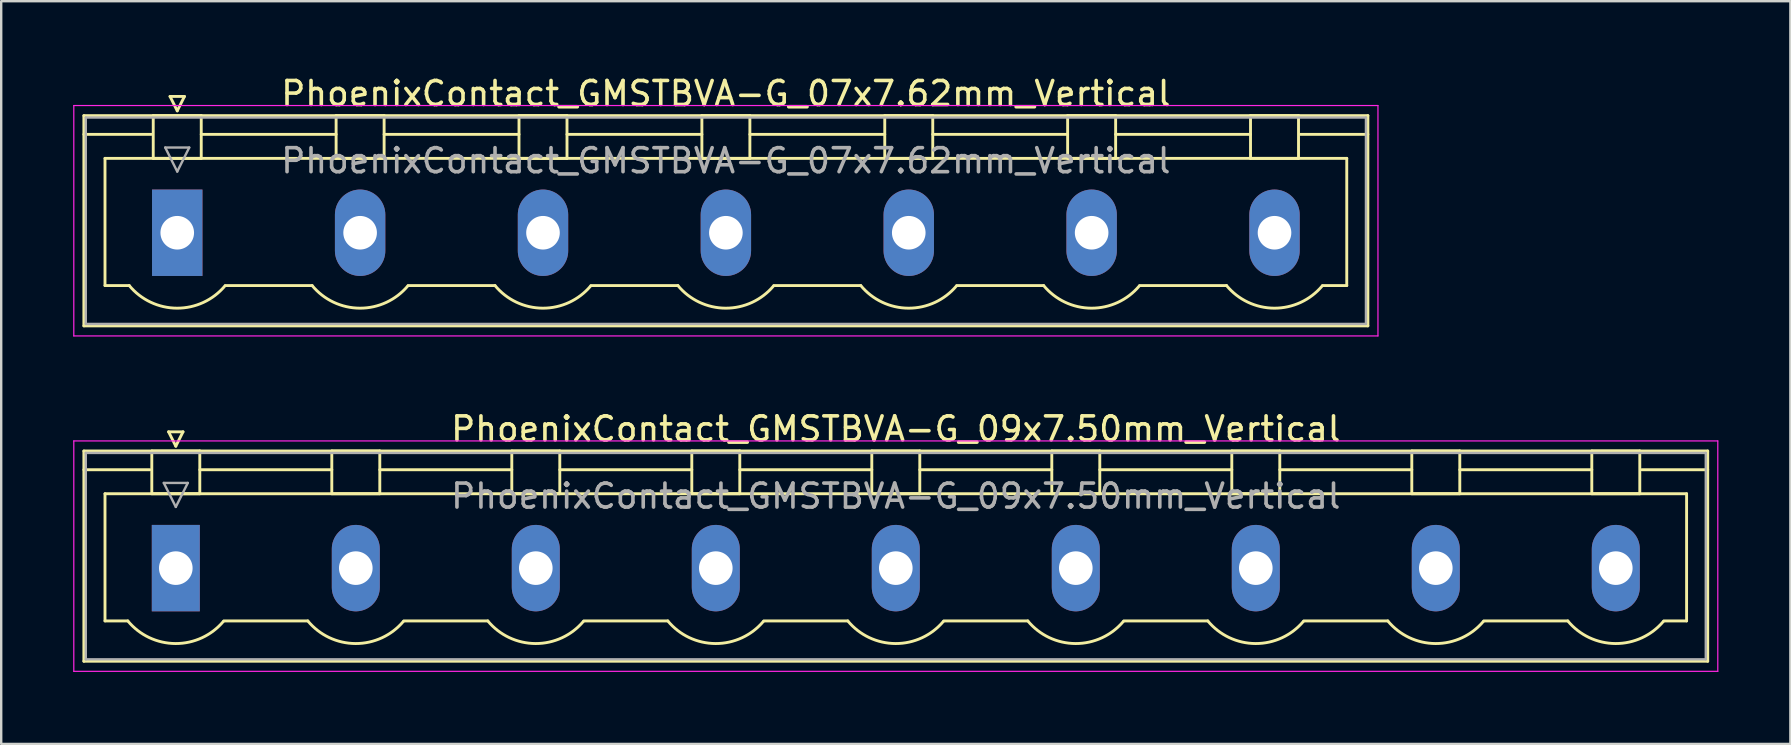
<source format=kicad_pcb>
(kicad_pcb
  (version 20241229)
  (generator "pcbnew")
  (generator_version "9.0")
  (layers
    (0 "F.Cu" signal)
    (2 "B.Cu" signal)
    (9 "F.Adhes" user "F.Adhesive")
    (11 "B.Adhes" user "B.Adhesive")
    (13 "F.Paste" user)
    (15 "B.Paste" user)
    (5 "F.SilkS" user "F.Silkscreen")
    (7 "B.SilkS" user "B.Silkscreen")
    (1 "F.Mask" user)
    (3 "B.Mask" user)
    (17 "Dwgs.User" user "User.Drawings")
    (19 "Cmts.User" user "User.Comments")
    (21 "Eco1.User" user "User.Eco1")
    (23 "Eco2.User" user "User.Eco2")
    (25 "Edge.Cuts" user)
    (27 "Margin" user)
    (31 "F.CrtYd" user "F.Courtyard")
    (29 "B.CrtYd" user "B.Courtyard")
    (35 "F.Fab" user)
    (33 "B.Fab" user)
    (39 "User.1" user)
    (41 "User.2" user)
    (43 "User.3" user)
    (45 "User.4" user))
  (footprint "PhoenixContact_GMSTBVA-G_07x7.62mm_Vertical"
    (layer "F.Cu")
    (at 4.335 6.648)
    (property "Reference" "PhoenixContact_GMSTBVA-G_07x7.62mm_Vertical" (at 22.86 -5.8 0) (layer "F.SilkS") (effects (font (size 1 1) (thickness 0.15))))
    (attr through_hole)
    (fp_line (start -3.89 -4.88) (end -3.89 3.88) (stroke (width 0.12) (type solid)) (layer "F.SilkS"))
    (fp_line (start -3.89 -4.1) (end -1.08 -4.1) (stroke (width 0.12) (type solid)) (layer "F.SilkS"))
    (fp_line (start -3.89 3.88) (end 49.61 3.88) (stroke (width 0.12) (type solid)) (layer "F.SilkS"))
    (fp_line (start -3.01 -3.1) (end 48.73 -3.1) (stroke (width 0.12) (type solid)) (layer "F.SilkS"))
    (fp_line (start -3.01 2.2) (end -3.01 -3.1) (stroke (width 0.12) (type solid)) (layer "F.SilkS"))
    (fp_line (start -2 2.2) (end -3.01 2.2) (stroke (width 0.12) (type solid)) (layer "F.SilkS"))
    (fp_line (start -1 -4.88) (end 1 -4.88) (stroke (width 0.12) (type solid)) (layer "F.SilkS"))
    (fp_line (start -1 -3.1) (end -1 -4.88) (stroke (width 0.12) (type solid)) (layer "F.SilkS"))
    (fp_line (start -0.3 -5.68) (end 0.3 -5.68) (stroke (width 0.12) (type solid)) (layer "F.SilkS"))
    (fp_line (start 0 -5.08) (end -0.3 -5.68) (stroke (width 0.12) (type solid)) (layer "F.SilkS"))
    (fp_line (start 0.3 -5.68) (end 0 -5.08) (stroke (width 0.12) (type solid)) (layer "F.SilkS"))
    (fp_line (start 1 -4.88) (end 1 -3.1) (stroke (width 0.12) (type solid)) (layer "F.SilkS"))
    (fp_line (start 1 -4.1) (end 6.62 -4.1) (stroke (width 0.12) (type solid)) (layer "F.SilkS"))
    (fp_line (start 1 -3.1) (end -1 -3.1) (stroke (width 0.12) (type solid)) (layer "F.SilkS"))
    (fp_line (start 2 2.2) (end 5.62 2.2) (stroke (width 0.12) (type solid)) (layer "F.SilkS"))
    (fp_line (start 6.62 -4.88) (end 8.62 -4.88) (stroke (width 0.12) (type solid)) (layer "F.SilkS"))
    (fp_line (start 6.62 -3.1) (end 6.62 -4.88) (stroke (width 0.12) (type solid)) (layer "F.SilkS"))
    (fp_line (start 8.62 -4.88) (end 8.62 -3.1) (stroke (width 0.12) (type solid)) (layer "F.SilkS"))
    (fp_line (start 8.62 -4.1) (end 14.24 -4.1) (stroke (width 0.12) (type solid)) (layer "F.SilkS"))
    (fp_line (start 8.62 -3.1) (end 6.62 -3.1) (stroke (width 0.12) (type solid)) (layer "F.SilkS"))
    (fp_line (start 9.62 2.2) (end 13.24 2.2) (stroke (width 0.12) (type solid)) (layer "F.SilkS"))
    (fp_line (start 14.24 -4.88) (end 16.24 -4.88) (stroke (width 0.12) (type solid)) (layer "F.SilkS"))
    (fp_line (start 14.24 -3.1) (end 14.24 -4.88) (stroke (width 0.12) (type solid)) (layer "F.SilkS"))
    (fp_line (start 16.24 -4.88) (end 16.24 -3.1) (stroke (width 0.12) (type solid)) (layer "F.SilkS"))
    (fp_line (start 16.24 -4.1) (end 21.86 -4.1) (stroke (width 0.12) (type solid)) (layer "F.SilkS"))
    (fp_line (start 16.24 -3.1) (end 14.24 -3.1) (stroke (width 0.12) (type solid)) (layer "F.SilkS"))
    (fp_line (start 17.24 2.2) (end 20.86 2.2) (stroke (width 0.12) (type solid)) (layer "F.SilkS"))
    (fp_line (start 21.86 -4.88) (end 23.86 -4.88) (stroke (width 0.12) (type solid)) (layer "F.SilkS"))
    (fp_line (start 21.86 -3.1) (end 21.86 -4.88) (stroke (width 0.12) (type solid)) (layer "F.SilkS"))
    (fp_line (start 23.86 -4.88) (end 23.86 -3.1) (stroke (width 0.12) (type solid)) (layer "F.SilkS"))
    (fp_line (start 23.86 -4.1) (end 29.48 -4.1) (stroke (width 0.12) (type solid)) (layer "F.SilkS"))
    (fp_line (start 23.86 -3.1) (end 21.86 -3.1) (stroke (width 0.12) (type solid)) (layer "F.SilkS"))
    (fp_line (start 24.86 2.2) (end 28.48 2.2) (stroke (width 0.12) (type solid)) (layer "F.SilkS"))
    (fp_line (start 29.48 -4.88) (end 31.48 -4.88) (stroke (width 0.12) (type solid)) (layer "F.SilkS"))
    (fp_line (start 29.48 -3.1) (end 29.48 -4.88) (stroke (width 0.12) (type solid)) (layer "F.SilkS"))
    (fp_line (start 31.48 -4.88) (end 31.48 -3.1) (stroke (width 0.12) (type solid)) (layer "F.SilkS"))
    (fp_line (start 31.48 -4.1) (end 37.1 -4.1) (stroke (width 0.12) (type solid)) (layer "F.SilkS"))
    (fp_line (start 31.48 -3.1) (end 29.48 -3.1) (stroke (width 0.12) (type solid)) (layer "F.SilkS"))
    (fp_line (start 32.48 2.2) (end 36.1 2.2) (stroke (width 0.12) (type solid)) (layer "F.SilkS"))
    (fp_line (start 37.1 -4.88) (end 39.1 -4.88) (stroke (width 0.12) (type solid)) (layer "F.SilkS"))
    (fp_line (start 37.1 -3.1) (end 37.1 -4.88) (stroke (width 0.12) (type solid)) (layer "F.SilkS"))
    (fp_line (start 39.1 -4.88) (end 39.1 -3.1) (stroke (width 0.12) (type solid)) (layer "F.SilkS"))
    (fp_line (start 39.1 -4.1) (end 44.72 -4.1) (stroke (width 0.12) (type solid)) (layer "F.SilkS"))
    (fp_line (start 39.1 -3.1) (end 37.1 -3.1) (stroke (width 0.12) (type solid)) (layer "F.SilkS"))
    (fp_line (start 40.1 2.2) (end 43.72 2.2) (stroke (width 0.12) (type solid)) (layer "F.SilkS"))
    (fp_line (start 44.72 -4.88) (end 46.72 -4.88) (stroke (width 0.12) (type solid)) (layer "F.SilkS"))
    (fp_line (start 44.72 -3.1) (end 44.72 -4.88) (stroke (width 0.12) (type solid)) (layer "F.SilkS"))
    (fp_line (start 46.72 -4.88) (end 46.72 -3.1) (stroke (width 0.12) (type solid)) (layer "F.SilkS"))
    (fp_line (start 46.72 -3.1) (end 44.72 -3.1) (stroke (width 0.12) (type solid)) (layer "F.SilkS"))
    (fp_line (start 48.73 -3.1) (end 48.73 2.2) (stroke (width 0.12) (type solid)) (layer "F.SilkS"))
    (fp_line (start 48.73 2.2) (end 47.72 2.2) (stroke (width 0.12) (type solid)) (layer "F.SilkS"))
    (fp_line (start 49.61 -4.88) (end -3.89 -4.88) (stroke (width 0.12) (type solid)) (layer "F.SilkS"))
    (fp_line (start 49.61 -4.1) (end 46.8 -4.1) (stroke (width 0.12) (type solid)) (layer "F.SilkS"))
    (fp_line (start 49.61 3.88) (end 49.61 -4.88) (stroke (width 0.12) (type solid)) (layer "F.SilkS"))
    (fp_arc (start 1.986842 2.215821) (mid -0.010289 3.142758) (end -2 2.2) (stroke (width 0.12) (type solid)) (layer "F.SilkS"))
    (fp_arc (start 9.606842 2.215821) (mid 7.609711 3.142758) (end 5.62 2.2) (stroke (width 0.12) (type solid)) (layer "F.SilkS"))
    (fp_arc (start 17.226842 2.215821) (mid 15.229711 3.142758) (end 13.24 2.2) (stroke (width 0.12) (type solid)) (layer "F.SilkS"))
    (fp_arc (start 24.846842 2.215821) (mid 22.849711 3.142758) (end 20.86 2.2) (stroke (width 0.12) (type solid)) (layer "F.SilkS"))
    (fp_arc (start 32.466842 2.215821) (mid 30.469711 3.142758) (end 28.48 2.2) (stroke (width 0.12) (type solid)) (layer "F.SilkS"))
    (fp_arc (start 40.086842 2.215821) (mid 38.089711 3.142758) (end 36.1 2.2) (stroke (width 0.12) (type solid)) (layer "F.SilkS"))
    (fp_arc (start 47.706842 2.215821) (mid 45.709711 3.142758) (end 43.72 2.2) (stroke (width 0.12) (type solid)) (layer "F.SilkS"))
    (fp_line (start -4.31 -5.3) (end -4.31 4.3) (stroke (width 0.05) (type solid)) (layer "F.CrtYd"))
    (fp_line (start -4.31 4.3) (end 50.03 4.3) (stroke (width 0.05) (type solid)) (layer "F.CrtYd"))
    (fp_line (start 50.03 -5.3) (end -4.31 -5.3) (stroke (width 0.05) (type solid)) (layer "F.CrtYd"))
    (fp_line (start 50.03 4.3) (end 50.03 -5.3) (stroke (width 0.05) (type solid)) (layer "F.CrtYd"))
    (fp_line (start -3.81 -4.8) (end -3.81 3.8) (stroke (width 0.1) (type solid)) (layer "F.Fab"))
    (fp_line (start -3.81 3.8) (end 49.53 3.8) (stroke (width 0.1) (type solid)) (layer "F.Fab"))
    (fp_line (start -0.5 -3.55) (end 0.5 -3.55) (stroke (width 0.1) (type solid)) (layer "F.Fab"))
    (fp_line (start 0 -2.55) (end -0.5 -3.55) (stroke (width 0.1) (type solid)) (layer "F.Fab"))
    (fp_line (start 0.5 -3.55) (end 0 -2.55) (stroke (width 0.1) (type solid)) (layer "F.Fab"))
    (fp_line (start 49.53 -4.8) (end -3.81 -4.8) (stroke (width 0.1) (type solid)) (layer "F.Fab"))
    (fp_line (start 49.53 3.8) (end 49.53 -4.8) (stroke (width 0.1) (type solid)) (layer "F.Fab"))
    (fp_text user "${REFERENCE}" (at 22.86 -3 0) (layer "F.Fab") (effects (font (size 1 1) (thickness 0.15))))
    (pad "1" thru_hole rect (at 0 0) (size 2.1 3.6) (drill 1.4) (layers "*.Cu" "*.Mask"))
    (pad "2" thru_hole oval (at 7.62 0) (size 2.1 3.6) (drill 1.4) (layers "*.Cu" "*.Mask"))
    (pad "3" thru_hole oval (at 15.24 0) (size 2.1 3.6) (drill 1.4) (layers "*.Cu" "*.Mask"))
    (pad "4" thru_hole oval (at 22.86 0) (size 2.1 3.6) (drill 1.4) (layers "*.Cu" "*.Mask"))
    (pad "5" thru_hole oval (at 30.48 0) (size 2.1 3.6) (drill 1.4) (layers "*.Cu" "*.Mask"))
    (pad "6" thru_hole oval (at 38.1 0) (size 2.1 3.6) (drill 1.4) (layers "*.Cu" "*.Mask"))
    (pad "7" thru_hole oval (at 45.72 0) (size 2.1 3.6) (drill 1.4) (layers "*.Cu" "*.Mask")))
  (footprint "PhoenixContact_GMSTBVA-G_09x7.50mm_Vertical"
    (layer "F.Cu")
    (at 4.275 20.622)
    (property "Reference" "PhoenixContact_GMSTBVA-G_09x7.50mm_Vertical" (at 30 -5.8 0) (layer "F.SilkS") (effects (font (size 1 1) (thickness 0.15))))
    (attr through_hole)
    (fp_line (start -3.83 -4.88) (end -3.83 3.88) (stroke (width 0.12) (type solid)) (layer "F.SilkS"))
    (fp_line (start -3.83 -4.1) (end -1.08 -4.1) (stroke (width 0.12) (type solid)) (layer "F.SilkS"))
    (fp_line (start -3.83 3.88) (end 63.83 3.88) (stroke (width 0.12) (type solid)) (layer "F.SilkS"))
    (fp_line (start -2.95 -3.1) (end 62.95 -3.1) (stroke (width 0.12) (type solid)) (layer "F.SilkS"))
    (fp_line (start -2.95 2.2) (end -2.95 -3.1) (stroke (width 0.12) (type solid)) (layer "F.SilkS"))
    (fp_line (start -2 2.2) (end -2.95 2.2) (stroke (width 0.12) (type solid)) (layer "F.SilkS"))
    (fp_line (start -1 -4.88) (end 1 -4.88) (stroke (width 0.12) (type solid)) (layer "F.SilkS"))
    (fp_line (start -1 -3.1) (end -1 -4.88) (stroke (width 0.12) (type solid)) (layer "F.SilkS"))
    (fp_line (start -0.3 -5.68) (end 0.3 -5.68) (stroke (width 0.12) (type solid)) (layer "F.SilkS"))
    (fp_line (start 0 -5.08) (end -0.3 -5.68) (stroke (width 0.12) (type solid)) (layer "F.SilkS"))
    (fp_line (start 0.3 -5.68) (end 0 -5.08) (stroke (width 0.12) (type solid)) (layer "F.SilkS"))
    (fp_line (start 1 -4.88) (end 1 -3.1) (stroke (width 0.12) (type solid)) (layer "F.SilkS"))
    (fp_line (start 1 -4.1) (end 6.5 -4.1) (stroke (width 0.12) (type solid)) (layer "F.SilkS"))
    (fp_line (start 1 -3.1) (end -1 -3.1) (stroke (width 0.12) (type solid)) (layer "F.SilkS"))
    (fp_line (start 2 2.2) (end 5.5 2.2) (stroke (width 0.12) (type solid)) (layer "F.SilkS"))
    (fp_line (start 6.5 -4.88) (end 8.5 -4.88) (stroke (width 0.12) (type solid)) (layer "F.SilkS"))
    (fp_line (start 6.5 -3.1) (end 6.5 -4.88) (stroke (width 0.12) (type solid)) (layer "F.SilkS"))
    (fp_line (start 8.5 -4.88) (end 8.5 -3.1) (stroke (width 0.12) (type solid)) (layer "F.SilkS"))
    (fp_line (start 8.5 -4.1) (end 14 -4.1) (stroke (width 0.12) (type solid)) (layer "F.SilkS"))
    (fp_line (start 8.5 -3.1) (end 6.5 -3.1) (stroke (width 0.12) (type solid)) (layer "F.SilkS"))
    (fp_line (start 9.5 2.2) (end 13 2.2) (stroke (width 0.12) (type solid)) (layer "F.SilkS"))
    (fp_line (start 14 -4.88) (end 16 -4.88) (stroke (width 0.12) (type solid)) (layer "F.SilkS"))
    (fp_line (start 14 -3.1) (end 14 -4.88) (stroke (width 0.12) (type solid)) (layer "F.SilkS"))
    (fp_line (start 16 -4.88) (end 16 -3.1) (stroke (width 0.12) (type solid)) (layer "F.SilkS"))
    (fp_line (start 16 -4.1) (end 21.5 -4.1) (stroke (width 0.12) (type solid)) (layer "F.SilkS"))
    (fp_line (start 16 -3.1) (end 14 -3.1) (stroke (width 0.12) (type solid)) (layer "F.SilkS"))
    (fp_line (start 17 2.2) (end 20.5 2.2) (stroke (width 0.12) (type solid)) (layer "F.SilkS"))
    (fp_line (start 21.5 -4.88) (end 23.5 -4.88) (stroke (width 0.12) (type solid)) (layer "F.SilkS"))
    (fp_line (start 21.5 -3.1) (end 21.5 -4.88) (stroke (width 0.12) (type solid)) (layer "F.SilkS"))
    (fp_line (start 23.5 -4.88) (end 23.5 -3.1) (stroke (width 0.12) (type solid)) (layer "F.SilkS"))
    (fp_line (start 23.5 -4.1) (end 29 -4.1) (stroke (width 0.12) (type solid)) (layer "F.SilkS"))
    (fp_line (start 23.5 -3.1) (end 21.5 -3.1) (stroke (width 0.12) (type solid)) (layer "F.SilkS"))
    (fp_line (start 24.5 2.2) (end 28 2.2) (stroke (width 0.12) (type solid)) (layer "F.SilkS"))
    (fp_line (start 29 -4.88) (end 31 -4.88) (stroke (width 0.12) (type solid)) (layer "F.SilkS"))
    (fp_line (start 29 -3.1) (end 29 -4.88) (stroke (width 0.12) (type solid)) (layer "F.SilkS"))
    (fp_line (start 31 -4.88) (end 31 -3.1) (stroke (width 0.12) (type solid)) (layer "F.SilkS"))
    (fp_line (start 31 -4.1) (end 36.5 -4.1) (stroke (width 0.12) (type solid)) (layer "F.SilkS"))
    (fp_line (start 31 -3.1) (end 29 -3.1) (stroke (width 0.12) (type solid)) (layer "F.SilkS"))
    (fp_line (start 32 2.2) (end 35.5 2.2) (stroke (width 0.12) (type solid)) (layer "F.SilkS"))
    (fp_line (start 36.5 -4.88) (end 38.5 -4.88) (stroke (width 0.12) (type solid)) (layer "F.SilkS"))
    (fp_line (start 36.5 -3.1) (end 36.5 -4.88) (stroke (width 0.12) (type solid)) (layer "F.SilkS"))
    (fp_line (start 38.5 -4.88) (end 38.5 -3.1) (stroke (width 0.12) (type solid)) (layer "F.SilkS"))
    (fp_line (start 38.5 -4.1) (end 44 -4.1) (stroke (width 0.12) (type solid)) (layer "F.SilkS"))
    (fp_line (start 38.5 -3.1) (end 36.5 -3.1) (stroke (width 0.12) (type solid)) (layer "F.SilkS"))
    (fp_line (start 39.5 2.2) (end 43 2.2) (stroke (width 0.12) (type solid)) (layer "F.SilkS"))
    (fp_line (start 44 -4.88) (end 46 -4.88) (stroke (width 0.12) (type solid)) (layer "F.SilkS"))
    (fp_line (start 44 -3.1) (end 44 -4.88) (stroke (width 0.12) (type solid)) (layer "F.SilkS"))
    (fp_line (start 46 -4.88) (end 46 -3.1) (stroke (width 0.12) (type solid)) (layer "F.SilkS"))
    (fp_line (start 46 -4.1) (end 51.5 -4.1) (stroke (width 0.12) (type solid)) (layer "F.SilkS"))
    (fp_line (start 46 -3.1) (end 44 -3.1) (stroke (width 0.12) (type solid)) (layer "F.SilkS"))
    (fp_line (start 47 2.2) (end 50.5 2.2) (stroke (width 0.12) (type solid)) (layer "F.SilkS"))
    (fp_line (start 51.5 -4.88) (end 53.5 -4.88) (stroke (width 0.12) (type solid)) (layer "F.SilkS"))
    (fp_line (start 51.5 -3.1) (end 51.5 -4.88) (stroke (width 0.12) (type solid)) (layer "F.SilkS"))
    (fp_line (start 53.5 -4.88) (end 53.5 -3.1) (stroke (width 0.12) (type solid)) (layer "F.SilkS"))
    (fp_line (start 53.5 -4.1) (end 59 -4.1) (stroke (width 0.12) (type solid)) (layer "F.SilkS"))
    (fp_line (start 53.5 -3.1) (end 51.5 -3.1) (stroke (width 0.12) (type solid)) (layer "F.SilkS"))
    (fp_line (start 54.5 2.2) (end 58 2.2) (stroke (width 0.12) (type solid)) (layer "F.SilkS"))
    (fp_line (start 59 -4.88) (end 61 -4.88) (stroke (width 0.12) (type solid)) (layer "F.SilkS"))
    (fp_line (start 59 -3.1) (end 59 -4.88) (stroke (width 0.12) (type solid)) (layer "F.SilkS"))
    (fp_line (start 61 -4.88) (end 61 -3.1) (stroke (width 0.12) (type solid)) (layer "F.SilkS"))
    (fp_line (start 61 -3.1) (end 59 -3.1) (stroke (width 0.12) (type solid)) (layer "F.SilkS"))
    (fp_line (start 62.95 -3.1) (end 62.95 2.2) (stroke (width 0.12) (type solid)) (layer "F.SilkS"))
    (fp_line (start 62.95 2.2) (end 62 2.2) (stroke (width 0.12) (type solid)) (layer "F.SilkS"))
    (fp_line (start 63.83 -4.88) (end -3.83 -4.88) (stroke (width 0.12) (type solid)) (layer "F.SilkS"))
    (fp_line (start 63.83 -4.1) (end 61.08 -4.1) (stroke (width 0.12) (type solid)) (layer "F.SilkS"))
    (fp_line (start 63.83 3.88) (end 63.83 -4.88) (stroke (width 0.12) (type solid)) (layer "F.SilkS"))
    (fp_arc (start 1.986842 2.215821) (mid -0.010289 3.142758) (end -2 2.2) (stroke (width 0.12) (type solid)) (layer "F.SilkS"))
    (fp_arc (start 9.486842 2.215821) (mid 7.489711 3.142758) (end 5.5 2.2) (stroke (width 0.12) (type solid)) (layer "F.SilkS"))
    (fp_arc (start 16.986842 2.215821) (mid 14.989711 3.142758) (end 13 2.2) (stroke (width 0.12) (type solid)) (layer "F.SilkS"))
    (fp_arc (start 24.486842 2.215821) (mid 22.489711 3.142758) (end 20.5 2.2) (stroke (width 0.12) (type solid)) (layer "F.SilkS"))
    (fp_arc (start 31.986842 2.215821) (mid 29.989711 3.142758) (end 28 2.2) (stroke (width 0.12) (type solid)) (layer "F.SilkS"))
    (fp_arc (start 39.486842 2.215821) (mid 37.489711 3.142758) (end 35.5 2.2) (stroke (width 0.12) (type solid)) (layer "F.SilkS"))
    (fp_arc (start 46.986842 2.215821) (mid 44.989711 3.142758) (end 43 2.2) (stroke (width 0.12) (type solid)) (layer "F.SilkS"))
    (fp_arc (start 54.486842 2.215821) (mid 52.489711 3.142758) (end 50.5 2.2) (stroke (width 0.12) (type solid)) (layer "F.SilkS"))
    (fp_arc (start 61.986842 2.215821) (mid 59.989711 3.142758) (end 58 2.2) (stroke (width 0.12) (type solid)) (layer "F.SilkS"))
    (fp_line (start -4.25 -5.3) (end -4.25 4.3) (stroke (width 0.05) (type solid)) (layer "F.CrtYd"))
    (fp_line (start -4.25 4.3) (end 64.25 4.3) (stroke (width 0.05) (type solid)) (layer "F.CrtYd"))
    (fp_line (start 64.25 -5.3) (end -4.25 -5.3) (stroke (width 0.05) (type solid)) (layer "F.CrtYd"))
    (fp_line (start 64.25 4.3) (end 64.25 -5.3) (stroke (width 0.05) (type solid)) (layer "F.CrtYd"))
    (fp_line (start -3.75 -4.8) (end -3.75 3.8) (stroke (width 0.1) (type solid)) (layer "F.Fab"))
    (fp_line (start -3.75 3.8) (end 63.75 3.8) (stroke (width 0.1) (type solid)) (layer "F.Fab"))
    (fp_line (start -0.5 -3.55) (end 0.5 -3.55) (stroke (width 0.1) (type solid)) (layer "F.Fab"))
    (fp_line (start 0 -2.55) (end -0.5 -3.55) (stroke (width 0.1) (type solid)) (layer "F.Fab"))
    (fp_line (start 0.5 -3.55) (end 0 -2.55) (stroke (width 0.1) (type solid)) (layer "F.Fab"))
    (fp_line (start 63.75 -4.8) (end -3.75 -4.8) (stroke (width 0.1) (type solid)) (layer "F.Fab"))
    (fp_line (start 63.75 3.8) (end 63.75 -4.8) (stroke (width 0.1) (type solid)) (layer "F.Fab"))
    (fp_text user "${REFERENCE}" (at 30 -3 0) (layer "F.Fab") (effects (font (size 1 1) (thickness 0.15))))
    (pad "1" thru_hole rect (at 0 0) (size 2 3.6) (drill 1.4) (layers "*.Cu" "*.Mask"))
    (pad "2" thru_hole oval (at 7.5 0) (size 2 3.6) (drill 1.4) (layers "*.Cu" "*.Mask"))
    (pad "3" thru_hole oval (at 15 0) (size 2 3.6) (drill 1.4) (layers "*.Cu" "*.Mask"))
    (pad "4" thru_hole oval (at 22.5 0) (size 2 3.6) (drill 1.4) (layers "*.Cu" "*.Mask"))
    (pad "5" thru_hole oval (at 30 0) (size 2 3.6) (drill 1.4) (layers "*.Cu" "*.Mask"))
    (pad "6" thru_hole oval (at 37.5 0) (size 2 3.6) (drill 1.4) (layers "*.Cu" "*.Mask"))
    (pad "7" thru_hole oval (at 45 0) (size 2 3.6) (drill 1.4) (layers "*.Cu" "*.Mask"))
    (pad "8" thru_hole oval (at 52.5 0) (size 2 3.6) (drill 1.4) (layers "*.Cu" "*.Mask"))
    (pad "9" thru_hole oval (at 60 0) (size 2 3.6) (drill 1.4) (layers "*.Cu" "*.Mask")))
  (gr_rect
    (start -3 -3)
    (end 71.55 27.947)
    (stroke (width 0.1) (type default))
    (fill no)
    (layer "Edge.Cuts")))
</source>
